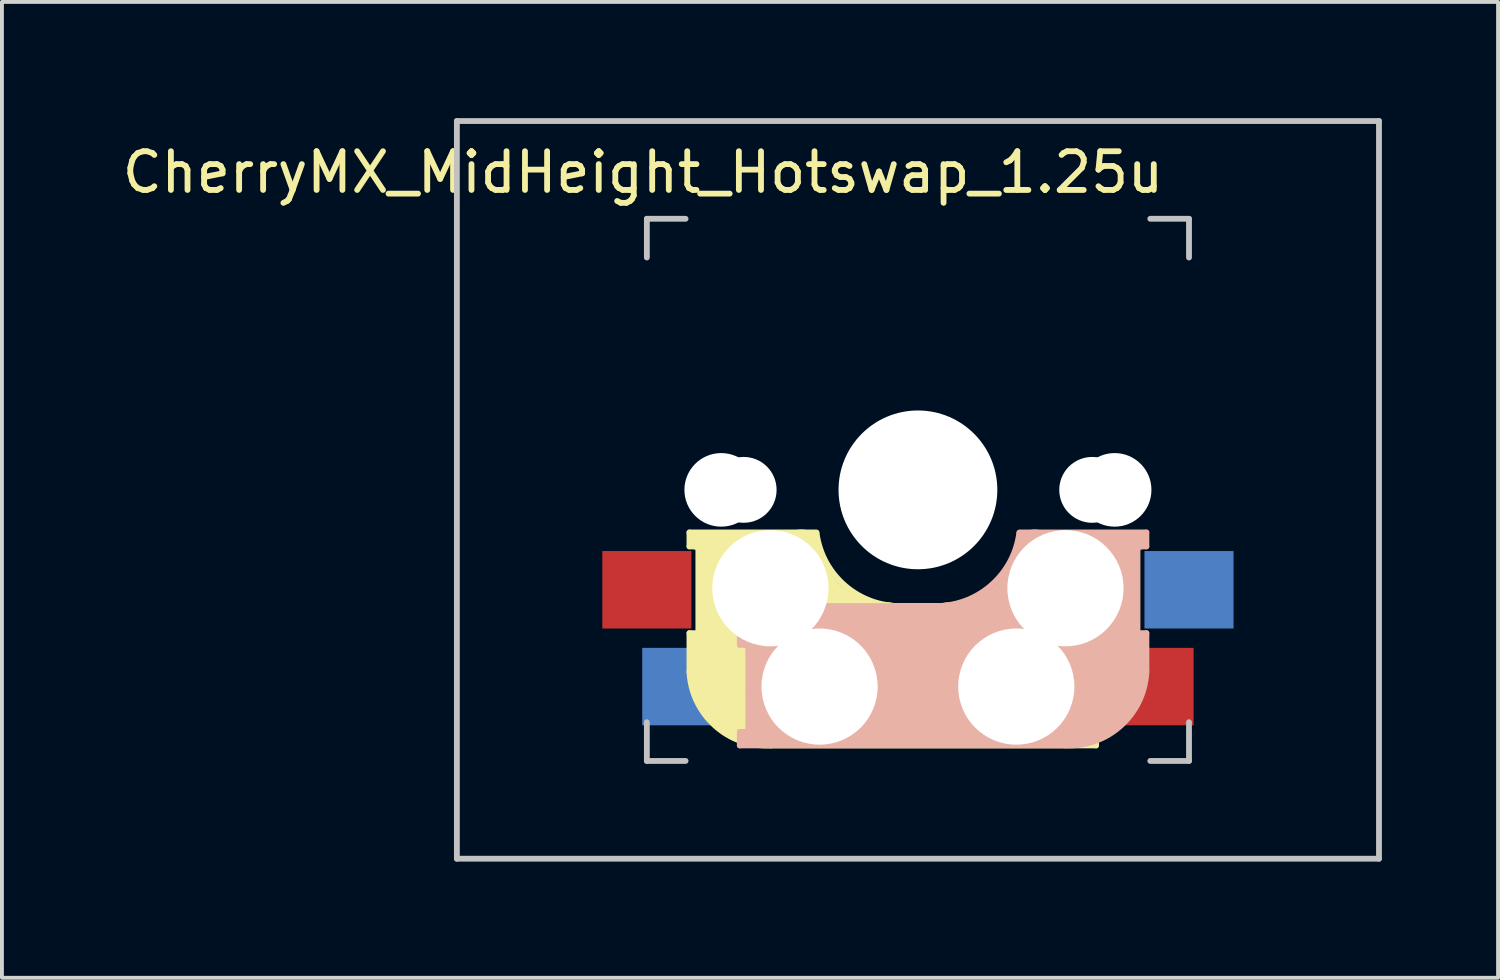
<source format=kicad_pcb>
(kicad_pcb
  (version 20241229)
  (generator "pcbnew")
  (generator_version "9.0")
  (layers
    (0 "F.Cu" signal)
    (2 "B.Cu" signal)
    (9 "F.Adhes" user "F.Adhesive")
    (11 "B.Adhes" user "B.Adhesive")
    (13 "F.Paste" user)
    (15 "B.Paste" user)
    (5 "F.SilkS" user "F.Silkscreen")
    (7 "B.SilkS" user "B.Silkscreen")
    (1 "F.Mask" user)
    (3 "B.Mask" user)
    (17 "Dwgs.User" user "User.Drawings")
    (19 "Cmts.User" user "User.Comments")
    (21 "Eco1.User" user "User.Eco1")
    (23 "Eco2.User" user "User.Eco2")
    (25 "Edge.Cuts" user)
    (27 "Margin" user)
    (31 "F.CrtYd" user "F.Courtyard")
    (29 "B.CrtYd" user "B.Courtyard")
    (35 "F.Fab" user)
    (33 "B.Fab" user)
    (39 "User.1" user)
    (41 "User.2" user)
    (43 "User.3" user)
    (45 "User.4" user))
  (footprint "CherryMX_MidHeight_Hotswap_1.25u"
    (layer "F.Cu")
    (at 20.639 9.6)
    (property "Reference" "CherryMX_MidHeight_Hotswap_1.25u" (at -7.085 -8.2 180) (layer "F.SilkS") (effects (font (size 1 1) (thickness 0.15))))
    (attr through_hole)
    (fp_line (start -5.885 1.1) (end -5.885 1.46) (stroke (width 0.15) (type solid)) (layer "F.SilkS"))
    (fp_line (start -5.885 1.1) (end -2.605 1.1) (stroke (width 0.15) (type solid)) (layer "F.SilkS"))
    (fp_line (start -5.885 3.7) (end -5.685 3.7) (stroke (width 0.15) (type solid)) (layer "F.SilkS"))
    (fp_line (start -5.885 4.7) (end -5.885 3.7) (stroke (width 0.15) (type solid)) (layer "F.SilkS"))
    (fp_line (start -5.785 3.8) (end -5.785 4.7) (stroke (width 0.3) (type solid)) (layer "F.SilkS"))
    (fp_line (start -5.685 1.3) (end -2.985 1.3) (stroke (width 0.5) (type solid)) (layer "F.SilkS"))
    (fp_line (start -5.685 1.46) (end -5.885 1.46) (stroke (width 0.15) (type solid)) (layer "F.SilkS"))
    (fp_line (start -5.655 3.7) (end -5.655 1.46) (stroke (width 0.15) (type solid)) (layer "F.SilkS"))
    (fp_line (start -5.285 1.6) (end -5.285 3.4) (stroke (width 0.8) (type solid)) (layer "F.SilkS"))
    (fp_line (start -4.155 5.1) (end -4.155 2.86) (stroke (width 3) (type solid)) (layer "F.SilkS"))
    (fp_line (start -0.385 3) (end 4.615 3) (stroke (width 0.15) (type solid)) (layer "F.SilkS"))
    (fp_line (start 2.615 4.8) (end -4.085 4.8) (stroke (width 3.5) (type solid)) (layer "F.SilkS"))
    (fp_line (start 3.915 6) (end 3.915 3.5) (stroke (width 1) (type solid)) (layer "F.SilkS"))
    (fp_line (start 4.315 3.3) (end 2.915 3.3) (stroke (width 0.5) (type solid)) (layer "F.SilkS"))
    (fp_line (start 4.395 4) (end 4.395 6.25) (stroke (width 0.15) (type solid)) (layer "F.SilkS"))
    (fp_line (start 4.415 3.9) (end 4.415 3.2) (stroke (width 0.4) (type solid)) (layer "F.SilkS"))
    (fp_line (start 4.415 6.25) (end 4.615 6.25) (stroke (width 0.15) (type solid)) (layer "F.SilkS"))
    (fp_line (start 4.415 6.4) (end 3.015 6.4) (stroke (width 0.4) (type solid)) (layer "F.SilkS"))
    (fp_line (start 4.615 3) (end 4.615 4) (stroke (width 0.15) (type solid)) (layer "F.SilkS"))
    (fp_line (start 4.615 4) (end 4.415 4) (stroke (width 0.15) (type solid)) (layer "F.SilkS"))
    (fp_line (start 4.615 6.25) (end 4.615 6.6) (stroke (width 0.15) (type solid)) (layer "F.SilkS"))
    (fp_line (start 4.615 6.6) (end -3.785 6.6) (stroke (width 0.15) (type solid)) (layer "F.SilkS"))
    (fp_arc (start -3.785 6.600001) (mid -5.228504 6.084925) (end -5.885001 4.7) (stroke (width 0.15) (type solid)) (layer "F.SilkS"))
    (fp_arc (start -0.785 3.4) (mid -2.253709 2.886118) (end -3.001318 1.521471) (stroke (width 1) (type solid)) (layer "F.SilkS"))
    (fp_arc (start -0.385 3) (mid -1.853709 2.486118) (end -2.601318 1.121471) (stroke (width 0.15) (type solid)) (layer "F.SilkS"))
    (fp_line (start -4.585 3) (end -4.585 4) (stroke (width 0.15) (type solid)) (layer "B.SilkS"))
    (fp_line (start -4.585 4) (end -4.385 4) (stroke (width 0.15) (type solid)) (layer "B.SilkS"))
    (fp_line (start -4.585 6.25) (end -4.585 6.6) (stroke (width 0.15) (type solid)) (layer "B.SilkS"))
    (fp_line (start -4.585 6.6) (end 3.815 6.6) (stroke (width 0.15) (type solid)) (layer "B.SilkS"))
    (fp_line (start -4.385 3.9) (end -4.385 3.2) (stroke (width 0.4) (type solid)) (layer "B.SilkS"))
    (fp_line (start -4.385 6.25) (end -4.585 6.25) (stroke (width 0.15) (type solid)) (layer "B.SilkS"))
    (fp_line (start -4.385 6.4) (end -2.985 6.4) (stroke (width 0.4) (type solid)) (layer "B.SilkS"))
    (fp_line (start -4.365 4) (end -4.365 6.25) (stroke (width 0.15) (type solid)) (layer "B.SilkS"))
    (fp_line (start -4.285 3.3) (end -2.885 3.3) (stroke (width 0.5) (type solid)) (layer "B.SilkS"))
    (fp_line (start -3.885 6) (end -3.885 3.5) (stroke (width 1) (type solid)) (layer "B.SilkS"))
    (fp_line (start -2.585 4.8) (end 4.115 4.8) (stroke (width 3.5) (type solid)) (layer "B.SilkS"))
    (fp_line (start 0.415 3) (end -4.585 3) (stroke (width 0.15) (type solid)) (layer "B.SilkS"))
    (fp_line (start 4.185 5.1) (end 4.185 2.86) (stroke (width 3) (type solid)) (layer "B.SilkS"))
    (fp_line (start 5.315 1.6) (end 5.315 3.4) (stroke (width 0.8) (type solid)) (layer "B.SilkS"))
    (fp_line (start 5.685 3.7) (end 5.685 1.46) (stroke (width 0.15) (type solid)) (layer "B.SilkS"))
    (fp_line (start 5.715 1.3) (end 3.015 1.3) (stroke (width 0.5) (type solid)) (layer "B.SilkS"))
    (fp_line (start 5.715 1.46) (end 5.915 1.46) (stroke (width 0.15) (type solid)) (layer "B.SilkS"))
    (fp_line (start 5.815 3.8) (end 5.815 4.7) (stroke (width 0.3) (type solid)) (layer "B.SilkS"))
    (fp_line (start 5.915 1.1) (end 2.635 1.1) (stroke (width 0.15) (type solid)) (layer "B.SilkS"))
    (fp_line (start 5.915 1.1) (end 5.915 1.46) (stroke (width 0.15) (type solid)) (layer "B.SilkS"))
    (fp_line (start 5.915 3.7) (end 5.715 3.7) (stroke (width 0.15) (type solid)) (layer "B.SilkS"))
    (fp_line (start 5.915 4.7) (end 5.915 3.7) (stroke (width 0.15) (type solid)) (layer "B.SilkS"))
    (fp_arc (start 2.631318 1.121471) (mid 1.883709 2.486118) (end 0.415 3) (stroke (width 0.15) (type solid)) (layer "B.SilkS"))
    (fp_arc (start 3.031318 1.521471) (mid 2.283709 2.886118) (end 0.815 3.4) (stroke (width 1) (type solid)) (layer "B.SilkS"))
    (fp_arc (start 5.915 4.699999) (mid 5.258504 6.084924) (end 3.815001 6.6) (stroke (width 0.15) (type solid)) (layer "B.SilkS"))
    (fp_line (start -11.891 -9.525) (end 11.921 -9.525) (stroke (width 0.15) (type solid)) (layer "Dwgs.User"))
    (fp_line (start -11.891 9.525) (end -11.891 -9.525) (stroke (width 0.15) (type solid)) (layer "Dwgs.User"))
    (fp_line (start -6.985 -7) (end -6.985 -6) (stroke (width 0.15) (type solid)) (layer "Dwgs.User"))
    (fp_line (start -6.985 7) (end -6.985 6) (stroke (width 0.15) (type solid)) (layer "Dwgs.User"))
    (fp_line (start -6.985 7) (end -5.985 7) (stroke (width 0.15) (type solid)) (layer "Dwgs.User"))
    (fp_line (start -5.985 -7) (end -6.985 -7) (stroke (width 0.15) (type solid)) (layer "Dwgs.User"))
    (fp_line (start 7.015 -7) (end 6.015 -7) (stroke (width 0.15) (type solid)) (layer "Dwgs.User"))
    (fp_line (start 7.015 -6) (end 7.015 -7) (stroke (width 0.15) (type solid)) (layer "Dwgs.User"))
    (fp_line (start 7.015 6) (end 7.015 7) (stroke (width 0.15) (type solid)) (layer "Dwgs.User"))
    (fp_line (start 7.015 7) (end 6.015 7) (stroke (width 0.15) (type solid)) (layer "Dwgs.User"))
    (fp_line (start 11.921 -9.525) (end 11.921 9.525) (stroke (width 0.15) (type solid)) (layer "Dwgs.User"))
    (fp_line (start 11.921 9.525) (end -11.891 9.525) (stroke (width 0.15) (type solid)) (layer "Dwgs.User"))
    (pad "" np_thru_hole circle (at -5.065 0 180) (size 1.9 1.9) (drill 1.9) (layers "*.Cu" "*.Mask"))
    (pad "" np_thru_hole circle (at -4.485 0 180) (size 1.7 1.7) (drill 1.7) (layers "*.Cu" "*.Mask"))
    (pad "" np_thru_hole circle (at -3.795 2.54) (size 3 3) (drill 3) (layers "*.Cu" "*.Mask"))
    (pad "" np_thru_hole circle (at -2.525 5.08) (size 3 3) (drill 3) (layers "*.Cu" "*.Mask"))
    (pad "" np_thru_hole circle (at 0.015 0 270) (size 4.1 4.1) (drill 4.1) (layers "*.Cu" "*.Mask"))
    (pad "" np_thru_hole circle (at 2.555 5.08) (size 3 3) (drill 3) (layers "*.Cu" "*.Mask"))
    (pad "" np_thru_hole circle (at 3.825 2.54) (size 3 3) (drill 3) (layers "*.Cu" "*.Mask"))
    (pad "" np_thru_hole circle (at 4.515 0 180) (size 1.7 1.7) (drill 1.7) (layers "*.Cu" "*.Mask"))
    (pad "" np_thru_hole circle (at 5.095 0 180) (size 1.9 1.9) (drill 1.9) (layers "*.Cu" "*.Mask"))
    (pad "1" smd rect (at -6.985 2.58) (size 2.3 2) (layers "F.Cu" "F.Mask" "F.Paste"))
    (pad "1" smd rect (at 7.015 2.58) (size 2.3 2) (layers "B.Cu" "B.Mask" "B.Paste"))
    (pad "2" smd rect (at -5.954 5.08) (size 2.3 2) (layers "B.Cu" "B.Mask" "B.Paste"))
    (pad "2" smd rect (at 5.984 5.08) (size 2.3 2) (layers "F.Cu" "F.Mask" "F.Paste")))
  (gr_rect
    (start -3 -3)
    (end 35.635 22.2)
    (stroke (width 0.1) (type default))
    (fill no)
    (layer "Edge.Cuts")))
</source>
